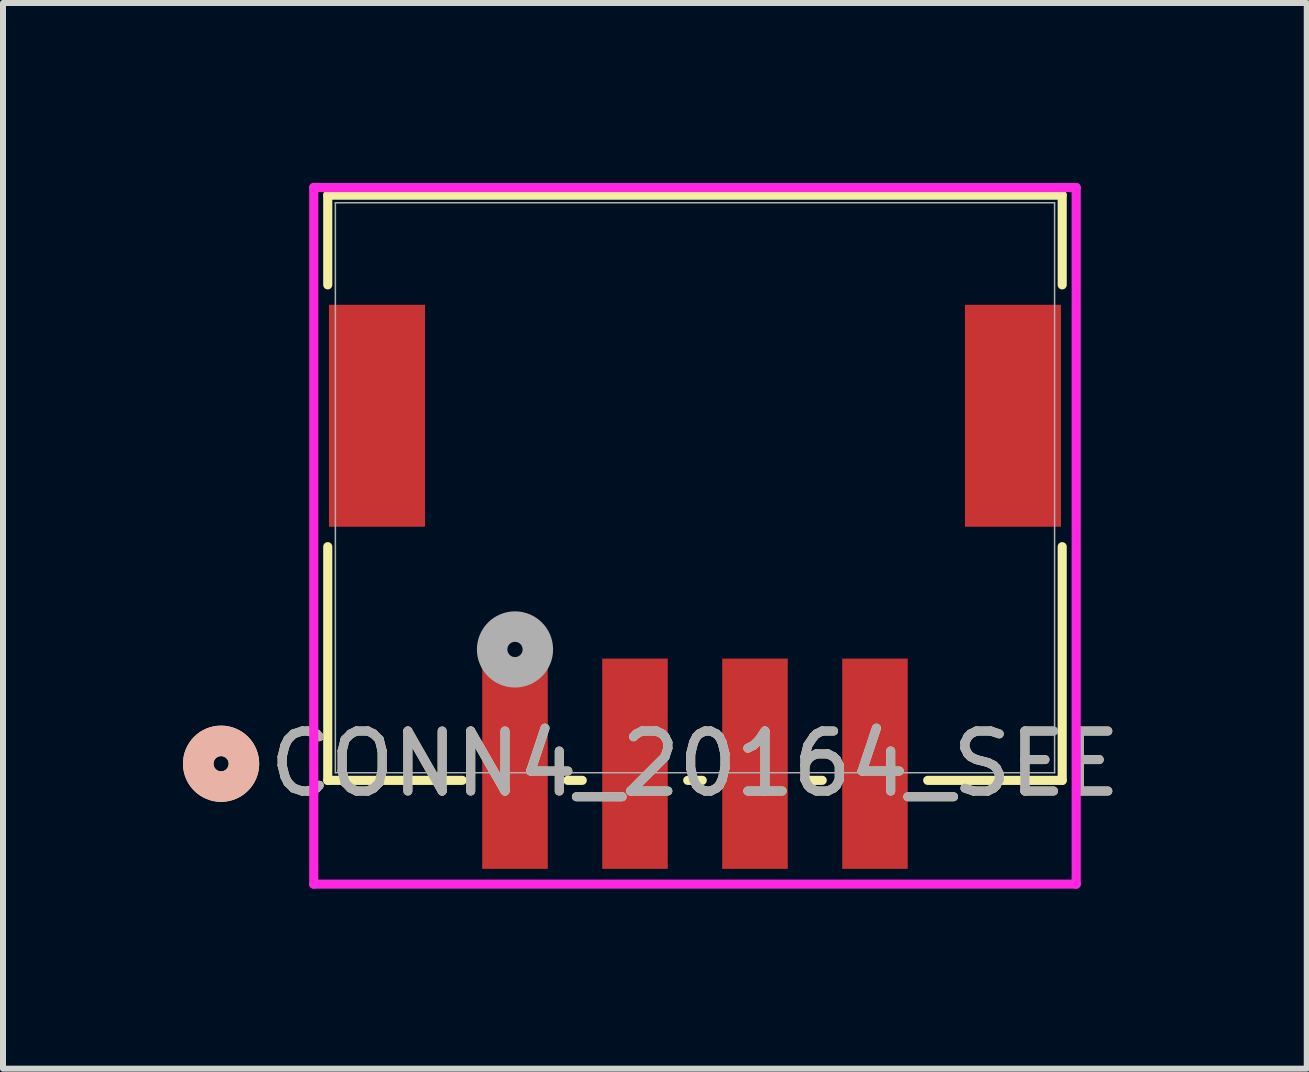
<source format=kicad_pcb>
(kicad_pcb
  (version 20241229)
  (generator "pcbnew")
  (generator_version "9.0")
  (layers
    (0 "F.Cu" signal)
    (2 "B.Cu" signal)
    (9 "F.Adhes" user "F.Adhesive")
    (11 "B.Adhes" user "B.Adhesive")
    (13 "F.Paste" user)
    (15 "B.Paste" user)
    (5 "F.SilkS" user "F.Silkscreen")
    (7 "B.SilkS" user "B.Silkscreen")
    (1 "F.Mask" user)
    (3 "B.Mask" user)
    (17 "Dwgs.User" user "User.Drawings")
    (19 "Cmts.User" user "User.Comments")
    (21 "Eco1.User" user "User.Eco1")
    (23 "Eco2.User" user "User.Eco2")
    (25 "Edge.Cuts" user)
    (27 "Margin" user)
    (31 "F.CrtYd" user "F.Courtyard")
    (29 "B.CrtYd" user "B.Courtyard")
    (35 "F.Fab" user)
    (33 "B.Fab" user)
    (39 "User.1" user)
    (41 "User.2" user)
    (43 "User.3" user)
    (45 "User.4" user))
  (footprint "CONN4_20164_SEE"
    (layer "F.Cu")
    (at 5.534 9.68)
    (property "Reference" "CONN4_20164_SEE" (at 3 0 0) (unlocked yes) (layer "F.SilkS") (effects (font (size 1 1) (thickness 0.15))))
    (attr smd)
    (fp_line (start -3.121 -9.477) (end -3.121 -7.982) (stroke (width 0.152) (type solid)) (layer "F.SilkS"))
    (fp_line (start -3.121 -3.618) (end -3.121 0.277) (stroke (width 0.152) (type solid)) (layer "F.SilkS"))
    (fp_line (start -3.121 0.277) (end -0.879 0.277) (stroke (width 0.152) (type solid)) (layer "F.SilkS"))
    (fp_line (start 0.879 0.277) (end 1.121 0.277) (stroke (width 0.152) (type solid)) (layer "F.SilkS"))
    (fp_line (start 2.879 0.277) (end 3.121 0.277) (stroke (width 0.152) (type solid)) (layer "F.SilkS"))
    (fp_line (start 4.879 0.277) (end 5.121 0.277) (stroke (width 0.152) (type solid)) (layer "F.SilkS"))
    (fp_line (start 6.879 0.277) (end 9.121 0.277) (stroke (width 0.152) (type solid)) (layer "F.SilkS"))
    (fp_line (start 9.121 -9.477) (end -3.121 -9.477) (stroke (width 0.152) (type solid)) (layer "F.SilkS"))
    (fp_line (start 9.121 -7.982) (end 9.121 -9.477) (stroke (width 0.152) (type solid)) (layer "F.SilkS"))
    (fp_line (start 9.121 0.277) (end 9.121 -3.618) (stroke (width 0.152) (type solid)) (layer "F.SilkS"))
    (fp_circle (center -4.899 0) (end -4.518 0) (stroke (width 0.508) (type solid)) (fill no) (layer "F.SilkS"))
    (fp_circle (center -4.899 0) (end -4.518 0) (stroke (width 0.508) (type solid)) (fill no) (layer "B.SilkS"))
    (fp_line (start -3.354 -9.604) (end -3.354 2.007) (stroke (width 0.152) (type solid)) (layer "F.CrtYd"))
    (fp_line (start -3.354 2.007) (end 9.354 2.007) (stroke (width 0.152) (type solid)) (layer "F.CrtYd"))
    (fp_line (start 9.354 -9.604) (end -3.354 -9.604) (stroke (width 0.152) (type solid)) (layer "F.CrtYd"))
    (fp_line (start 9.354 2.007) (end 9.354 -9.604) (stroke (width 0.152) (type solid)) (layer "F.CrtYd"))
    (fp_line (start -2.994 -9.35) (end -2.994 0.15) (stroke (width 0.025) (type solid)) (layer "F.Fab"))
    (fp_line (start -2.994 0.15) (end 8.994 0.15) (stroke (width 0.025) (type solid)) (layer "F.Fab"))
    (fp_line (start 8.994 -9.35) (end -2.994 -9.35) (stroke (width 0.025) (type solid)) (layer "F.Fab"))
    (fp_line (start 8.994 0.15) (end 8.994 -9.35) (stroke (width 0.025) (type solid)) (layer "F.Fab"))
    (fp_circle (center 0 -1.905) (end 0.381 -1.905) (stroke (width 0.508) (type solid)) (fill no) (layer "F.Fab"))
    (fp_text user "${REFERENCE}" (at 3 0 0) (unlocked yes) (layer "F.Fab") (effects (font (size 1 1) (thickness 0.15))))
    (pad "1" smd rect (at 0 0) (size 1.092 3.505) (layers "F.Cu" "F.Mask" "F.Paste"))
    (pad "2" smd rect (at 2 0) (size 1.092 3.505) (layers "F.Cu" "F.Mask" "F.Paste"))
    (pad "3" smd rect (at 4 0) (size 1.092 3.505) (layers "F.Cu" "F.Mask" "F.Paste"))
    (pad "4" smd rect (at 6 0) (size 1.092 3.505) (layers "F.Cu" "F.Mask" "F.Paste"))
    (pad "5" smd rect (at -2.3 -5.8) (size 1.6 3.7) (layers "F.Cu" "F.Mask" "F.Paste"))
    (pad "6" smd rect (at 8.3 -5.8) (size 1.6 3.7) (layers "F.Cu" "F.Mask" "F.Paste")))
  (gr_rect
    (start -3 -3)
    (end 18.731 14.763)
    (stroke (width 0.1) (type default))
    (fill no)
    (layer "Edge.Cuts")))
</source>
